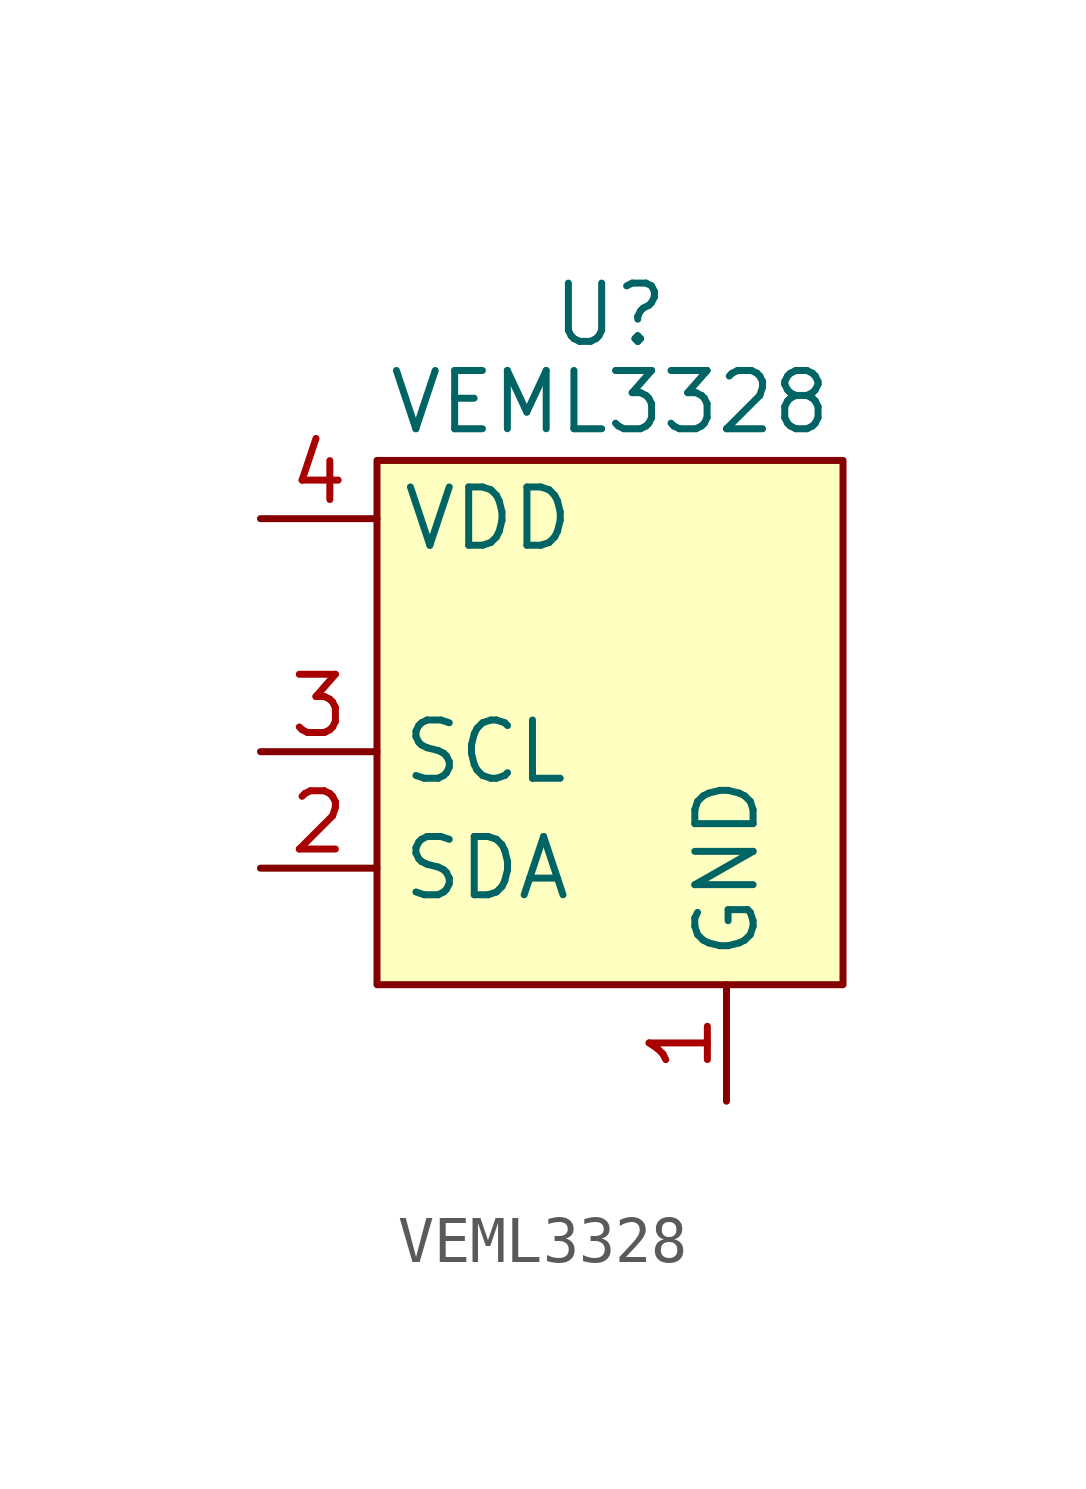
<source format=kicad_sym>
(kicad_symbol_lib
  (version 20241209)
  (generator "kicad_symbol_editor")
  (generator_version "9.0")
  (symbol "VEML3328"
    (property "Reference" "U"
      (at 0 3.175 0)
      (effects (font (size 1.27 1.27))))
    (property "Value" "VEML3328"
      (at 0 1.27 0)
      (effects (font (size 1.27 1.27))))
    (symbol "VEML3328_1_1"
      (rectangle (start -5.08 0) (end 5.08 -11.43) (stroke (width 0) (type default)) (fill (type background)))
      (pin power_in line (at -7.62 -1.27 0) (length 2.54) (name "VDD" (effects (font (size 1.27 1.27)))) (number "4" (effects (font (size 1.27 1.27)))))
      (pin input line (at -7.62 -6.35 0) (length 2.54) (name "SCL" (effects (font (size 1.27 1.27)))) (number "3" (effects (font (size 1.27 1.27)))))
      (pin bidirectional line (at -7.62 -8.89 0) (length 2.54) (name "SDA" (effects (font (size 1.27 1.27)))) (number "2" (effects (font (size 1.27 1.27)))))
      (pin power_in line (at 2.54 -13.97 90) (length 2.54) (name "GND" (effects (font (size 1.27 1.27)))) (number "1" (effects (font (size 1.27 1.27))))))))
</source>
